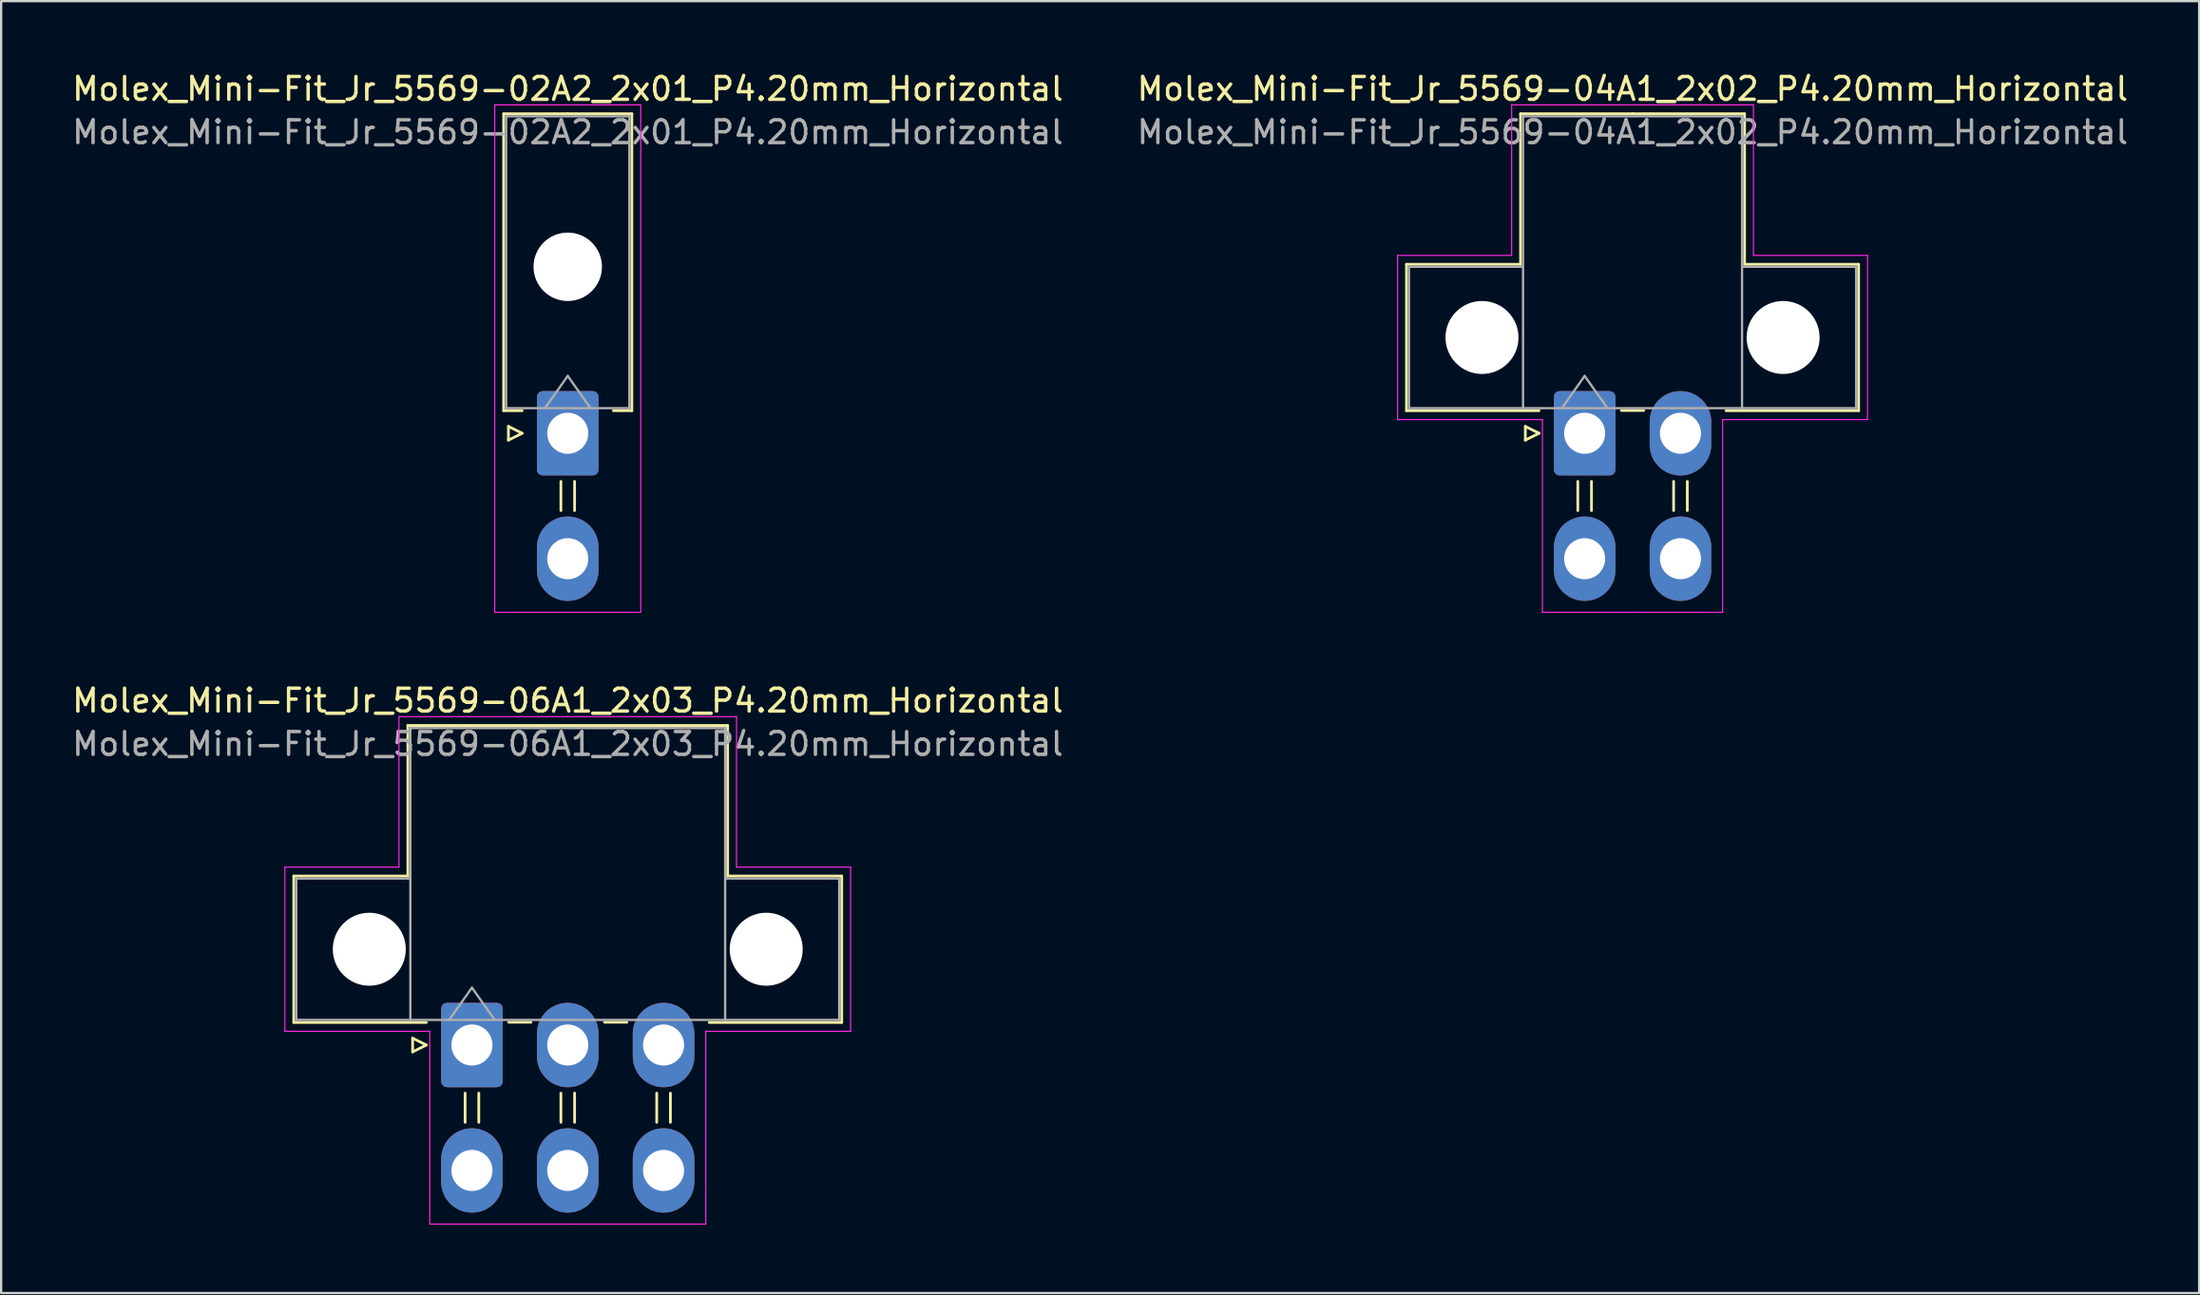
<source format=kicad_pcb>
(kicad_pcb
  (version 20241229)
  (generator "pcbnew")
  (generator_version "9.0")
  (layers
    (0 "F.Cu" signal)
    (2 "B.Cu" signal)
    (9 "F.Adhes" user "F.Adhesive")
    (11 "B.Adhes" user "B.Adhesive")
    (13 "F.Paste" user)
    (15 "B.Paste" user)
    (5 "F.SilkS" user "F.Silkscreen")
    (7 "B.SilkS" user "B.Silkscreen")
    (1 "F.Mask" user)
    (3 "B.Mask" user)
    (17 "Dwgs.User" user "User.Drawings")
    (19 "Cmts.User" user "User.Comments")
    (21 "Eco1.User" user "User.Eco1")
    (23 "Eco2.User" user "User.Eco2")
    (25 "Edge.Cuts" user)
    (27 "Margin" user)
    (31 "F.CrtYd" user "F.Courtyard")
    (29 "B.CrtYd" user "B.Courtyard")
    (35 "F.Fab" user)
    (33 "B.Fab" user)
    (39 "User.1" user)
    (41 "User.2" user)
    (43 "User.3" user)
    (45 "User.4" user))
  (footprint "Molex_Mini-Fit_Jr_5569-02A2_2x01_P4.20mm_Horizontal"
    (layer "F.Cu")
    (at 21.839 15.948)
    (property "Reference" "Molex_Mini-Fit_Jr_5569-02A2_2x01_P4.20mm_Horizontal" (at 0 -15.1 0) (layer "F.SilkS") (effects (font (size 1 1) (thickness 0.15))))
    (attr through_hole)
    (fp_line (start -2.81 -14.01) (end 0 -14.01) (stroke (width 0.12) (type solid)) (layer "F.SilkS"))
    (fp_line (start -2.81 -0.99) (end -2.81 -14.01) (stroke (width 0.12) (type solid)) (layer "F.SilkS"))
    (fp_line (start -2.6 -0.3) (end -2 0) (stroke (width 0.12) (type solid)) (layer "F.SilkS"))
    (fp_line (start -2.6 0.3) (end -2.6 -0.3) (stroke (width 0.12) (type solid)) (layer "F.SilkS"))
    (fp_line (start -2 -0.99) (end -2.81 -0.99) (stroke (width 0.12) (type solid)) (layer "F.SilkS"))
    (fp_line (start -2 0) (end -2.6 0.3) (stroke (width 0.12) (type solid)) (layer "F.SilkS"))
    (fp_line (start -0.3 2.11) (end -0.3 3.39) (stroke (width 0.12) (type solid)) (layer "F.SilkS"))
    (fp_line (start 0.3 2.11) (end 0.3 3.39) (stroke (width 0.12) (type solid)) (layer "F.SilkS"))
    (fp_line (start 2 -0.99) (end 2.81 -0.99) (stroke (width 0.12) (type solid)) (layer "F.SilkS"))
    (fp_line (start 2.81 -14.01) (end 0 -14.01) (stroke (width 0.12) (type solid)) (layer "F.SilkS"))
    (fp_line (start 2.81 -0.99) (end 2.81 -14.01) (stroke (width 0.12) (type solid)) (layer "F.SilkS"))
    (fp_line (start -3.2 -14.4) (end -3.2 7.85) (stroke (width 0.05) (type solid)) (layer "F.CrtYd"))
    (fp_line (start -3.2 7.85) (end 3.2 7.85) (stroke (width 0.05) (type solid)) (layer "F.CrtYd"))
    (fp_line (start 3.2 -14.4) (end -3.2 -14.4) (stroke (width 0.05) (type solid)) (layer "F.CrtYd"))
    (fp_line (start 3.2 7.85) (end 3.2 -14.4) (stroke (width 0.05) (type solid)) (layer "F.CrtYd"))
    (fp_line (start -2.7 -13.9) (end -2.7 -1.1) (stroke (width 0.1) (type solid)) (layer "F.Fab"))
    (fp_line (start -2.7 -1.1) (end 2.7 -1.1) (stroke (width 0.1) (type solid)) (layer "F.Fab"))
    (fp_line (start -1 -1.1) (end 0 -2.514) (stroke (width 0.1) (type solid)) (layer "F.Fab"))
    (fp_line (start 0 -2.514) (end 1 -1.1) (stroke (width 0.1) (type solid)) (layer "F.Fab"))
    (fp_line (start 2.7 -13.9) (end -2.7 -13.9) (stroke (width 0.1) (type solid)) (layer "F.Fab"))
    (fp_line (start 2.7 -1.1) (end 2.7 -13.9) (stroke (width 0.1) (type solid)) (layer "F.Fab"))
    (fp_text user "${REFERENCE}" (at 0 -13.2 0) (layer "F.Fab") (effects (font (size 1 1) (thickness 0.15))))
    (pad "" np_thru_hole circle (at 0 -7.3) (size 3 3) (drill 3) (layers "*.Cu" "*.Mask"))
    (pad "1" thru_hole roundrect (at 0 0) (size 2.7 3.7) (drill 1.8) (layers "*.Cu" "*.Mask") (roundrect_rratio 0.093))
    (pad "2" thru_hole oval (at 0 5.5) (size 2.7 3.7) (drill 1.8) (layers "*.Cu" "*.Mask")))
  (footprint "Molex_Mini-Fit_Jr_5569-04A1_2x02_P4.20mm_Horizontal"
    (layer "F.Cu")
    (at 66.418 15.948)
    (property "Reference" "Molex_Mini-Fit_Jr_5569-04A1_2x02_P4.20mm_Horizontal" (at 2.1 -15.1 0) (layer "F.SilkS") (effects (font (size 1 1) (thickness 0.15))))
    (attr through_hole)
    (fp_line (start -7.81 -7.41) (end -7.81 -0.99) (stroke (width 0.12) (type solid)) (layer "F.SilkS"))
    (fp_line (start -7.81 -0.99) (end -2 -0.99) (stroke (width 0.12) (type solid)) (layer "F.SilkS"))
    (fp_line (start -2.81 -14.01) (end -2.81 -7.41) (stroke (width 0.12) (type solid)) (layer "F.SilkS"))
    (fp_line (start -2.81 -7.41) (end -7.81 -7.41) (stroke (width 0.12) (type solid)) (layer "F.SilkS"))
    (fp_line (start -2.6 -0.3) (end -2 0) (stroke (width 0.12) (type solid)) (layer "F.SilkS"))
    (fp_line (start -2.6 0.3) (end -2.6 -0.3) (stroke (width 0.12) (type solid)) (layer "F.SilkS"))
    (fp_line (start -2 0) (end -2.6 0.3) (stroke (width 0.12) (type solid)) (layer "F.SilkS"))
    (fp_line (start -0.3 2.11) (end -0.3 3.39) (stroke (width 0.12) (type solid)) (layer "F.SilkS"))
    (fp_line (start 0.3 2.11) (end 0.3 3.39) (stroke (width 0.12) (type solid)) (layer "F.SilkS"))
    (fp_line (start 1.61 -1) (end 2.59 -1) (stroke (width 0.12) (type solid)) (layer "F.SilkS"))
    (fp_line (start 2.1 -14.01) (end -2.81 -14.01) (stroke (width 0.12) (type solid)) (layer "F.SilkS"))
    (fp_line (start 2.1 -14.01) (end 7.01 -14.01) (stroke (width 0.12) (type solid)) (layer "F.SilkS"))
    (fp_line (start 3.9 2.11) (end 3.9 3.39) (stroke (width 0.12) (type solid)) (layer "F.SilkS"))
    (fp_line (start 4.5 2.11) (end 4.5 3.39) (stroke (width 0.12) (type solid)) (layer "F.SilkS"))
    (fp_line (start 7.01 -14.01) (end 7.01 -7.41) (stroke (width 0.12) (type solid)) (layer "F.SilkS"))
    (fp_line (start 7.01 -7.41) (end 12.01 -7.41) (stroke (width 0.12) (type solid)) (layer "F.SilkS"))
    (fp_line (start 12.01 -7.41) (end 12.01 -0.99) (stroke (width 0.12) (type solid)) (layer "F.SilkS"))
    (fp_line (start 12.01 -0.99) (end 6.2 -0.99) (stroke (width 0.12) (type solid)) (layer "F.SilkS"))
    (fp_line (start -8.2 -7.8) (end -8.2 -0.6) (stroke (width 0.05) (type solid)) (layer "F.CrtYd"))
    (fp_line (start -8.2 -0.6) (end -1.85 -0.6) (stroke (width 0.05) (type solid)) (layer "F.CrtYd"))
    (fp_line (start -3.2 -14.4) (end -3.2 -7.8) (stroke (width 0.05) (type solid)) (layer "F.CrtYd"))
    (fp_line (start -3.2 -7.8) (end -8.2 -7.8) (stroke (width 0.05) (type solid)) (layer "F.CrtYd"))
    (fp_line (start -1.85 -0.6) (end -1.85 7.85) (stroke (width 0.05) (type solid)) (layer "F.CrtYd"))
    (fp_line (start -1.85 7.85) (end 2.1 7.85) (stroke (width 0.05) (type solid)) (layer "F.CrtYd"))
    (fp_line (start 2.1 -14.4) (end -3.2 -14.4) (stroke (width 0.05) (type solid)) (layer "F.CrtYd"))
    (fp_line (start 2.1 -14.4) (end 7.4 -14.4) (stroke (width 0.05) (type solid)) (layer "F.CrtYd"))
    (fp_line (start 6.05 -0.6) (end 6.05 7.85) (stroke (width 0.05) (type solid)) (layer "F.CrtYd"))
    (fp_line (start 6.05 7.85) (end 2.1 7.85) (stroke (width 0.05) (type solid)) (layer "F.CrtYd"))
    (fp_line (start 7.4 -14.4) (end 7.4 -7.8) (stroke (width 0.05) (type solid)) (layer "F.CrtYd"))
    (fp_line (start 7.4 -7.8) (end 12.4 -7.8) (stroke (width 0.05) (type solid)) (layer "F.CrtYd"))
    (fp_line (start 12.4 -7.8) (end 12.4 -0.6) (stroke (width 0.05) (type solid)) (layer "F.CrtYd"))
    (fp_line (start 12.4 -0.6) (end 6.05 -0.6) (stroke (width 0.05) (type solid)) (layer "F.CrtYd"))
    (fp_line (start -7.7 -7.3) (end -7.7 -1.1) (stroke (width 0.1) (type solid)) (layer "F.Fab"))
    (fp_line (start -7.7 -1.1) (end -2.7 -1.1) (stroke (width 0.1) (type solid)) (layer "F.Fab"))
    (fp_line (start -2.7 -13.9) (end -2.7 -1.1) (stroke (width 0.1) (type solid)) (layer "F.Fab"))
    (fp_line (start -2.7 -7.3) (end -7.7 -7.3) (stroke (width 0.1) (type solid)) (layer "F.Fab"))
    (fp_line (start -2.7 -1.1) (end 6.9 -1.1) (stroke (width 0.1) (type solid)) (layer "F.Fab"))
    (fp_line (start -1 -1.1) (end 0 -2.514) (stroke (width 0.1) (type solid)) (layer "F.Fab"))
    (fp_line (start 0 -2.514) (end 1 -1.1) (stroke (width 0.1) (type solid)) (layer "F.Fab"))
    (fp_line (start 6.9 -13.9) (end -2.7 -13.9) (stroke (width 0.1) (type solid)) (layer "F.Fab"))
    (fp_line (start 6.9 -7.3) (end 11.9 -7.3) (stroke (width 0.1) (type solid)) (layer "F.Fab"))
    (fp_line (start 6.9 -1.1) (end 6.9 -13.9) (stroke (width 0.1) (type solid)) (layer "F.Fab"))
    (fp_line (start 11.9 -7.3) (end 11.9 -1.1) (stroke (width 0.1) (type solid)) (layer "F.Fab"))
    (fp_line (start 11.9 -1.1) (end 6.9 -1.1) (stroke (width 0.1) (type solid)) (layer "F.Fab"))
    (fp_text user "${REFERENCE}" (at 2.1 -13.2 0) (layer "F.Fab") (effects (font (size 1 1) (thickness 0.15))))
    (pad "" np_thru_hole circle (at -4.5 -4.2) (size 3.2 3.2) (drill 3.2) (layers "*.Cu" "*.Mask"))
    (pad "" np_thru_hole circle (at 8.7 -4.2) (size 3.2 3.2) (drill 3.2) (layers "*.Cu" "*.Mask"))
    (pad "1" thru_hole roundrect (at 0 0) (size 2.7 3.7) (drill 1.8) (layers "*.Cu" "*.Mask") (roundrect_rratio 0.093))
    (pad "2" thru_hole oval (at 4.2 0) (size 2.7 3.7) (drill 1.8) (layers "*.Cu" "*.Mask"))
    (pad "3" thru_hole oval (at 0 5.5) (size 2.7 3.7) (drill 1.8) (layers "*.Cu" "*.Mask"))
    (pad "4" thru_hole oval (at 4.2 5.5) (size 2.7 3.7) (drill 1.8) (layers "*.Cu" "*.Mask")))
  (footprint "Molex_Mini-Fit_Jr_5569-06A1_2x03_P4.20mm_Horizontal"
    (layer "F.Cu")
    (at 17.639 42.772)
    (property "Reference" "Molex_Mini-Fit_Jr_5569-06A1_2x03_P4.20mm_Horizontal" (at 4.2 -15.1 0) (layer "F.SilkS") (effects (font (size 1 1) (thickness 0.15))))
    (attr through_hole)
    (fp_line (start -7.81 -7.41) (end -7.81 -0.99) (stroke (width 0.12) (type solid)) (layer "F.SilkS"))
    (fp_line (start -7.81 -0.99) (end -2 -0.99) (stroke (width 0.12) (type solid)) (layer "F.SilkS"))
    (fp_line (start -2.81 -14.01) (end -2.81 -7.41) (stroke (width 0.12) (type solid)) (layer "F.SilkS"))
    (fp_line (start -2.81 -7.41) (end -7.81 -7.41) (stroke (width 0.12) (type solid)) (layer "F.SilkS"))
    (fp_line (start -2.6 -0.3) (end -2 0) (stroke (width 0.12) (type solid)) (layer "F.SilkS"))
    (fp_line (start -2.6 0.3) (end -2.6 -0.3) (stroke (width 0.12) (type solid)) (layer "F.SilkS"))
    (fp_line (start -2 0) (end -2.6 0.3) (stroke (width 0.12) (type solid)) (layer "F.SilkS"))
    (fp_line (start -0.3 2.11) (end -0.3 3.39) (stroke (width 0.12) (type solid)) (layer "F.SilkS"))
    (fp_line (start 0.3 2.11) (end 0.3 3.39) (stroke (width 0.12) (type solid)) (layer "F.SilkS"))
    (fp_line (start 1.61 -1) (end 2.59 -1) (stroke (width 0.12) (type solid)) (layer "F.SilkS"))
    (fp_line (start 3.9 2.11) (end 3.9 3.39) (stroke (width 0.12) (type solid)) (layer "F.SilkS"))
    (fp_line (start 4.2 -14.01) (end -2.81 -14.01) (stroke (width 0.12) (type solid)) (layer "F.SilkS"))
    (fp_line (start 4.2 -14.01) (end 11.21 -14.01) (stroke (width 0.12) (type solid)) (layer "F.SilkS"))
    (fp_line (start 4.5 2.11) (end 4.5 3.39) (stroke (width 0.12) (type solid)) (layer "F.SilkS"))
    (fp_line (start 5.81 -1) (end 6.79 -1) (stroke (width 0.12) (type solid)) (layer "F.SilkS"))
    (fp_line (start 8.1 2.11) (end 8.1 3.39) (stroke (width 0.12) (type solid)) (layer "F.SilkS"))
    (fp_line (start 8.7 2.11) (end 8.7 3.39) (stroke (width 0.12) (type solid)) (layer "F.SilkS"))
    (fp_line (start 11.21 -14.01) (end 11.21 -7.41) (stroke (width 0.12) (type solid)) (layer "F.SilkS"))
    (fp_line (start 11.21 -7.41) (end 16.21 -7.41) (stroke (width 0.12) (type solid)) (layer "F.SilkS"))
    (fp_line (start 16.21 -7.41) (end 16.21 -0.99) (stroke (width 0.12) (type solid)) (layer "F.SilkS"))
    (fp_line (start 16.21 -0.99) (end 10.4 -0.99) (stroke (width 0.12) (type solid)) (layer "F.SilkS"))
    (fp_line (start -8.2 -7.8) (end -8.2 -0.6) (stroke (width 0.05) (type solid)) (layer "F.CrtYd"))
    (fp_line (start -8.2 -0.6) (end -1.85 -0.6) (stroke (width 0.05) (type solid)) (layer "F.CrtYd"))
    (fp_line (start -3.2 -14.4) (end -3.2 -7.8) (stroke (width 0.05) (type solid)) (layer "F.CrtYd"))
    (fp_line (start -3.2 -7.8) (end -8.2 -7.8) (stroke (width 0.05) (type solid)) (layer "F.CrtYd"))
    (fp_line (start -1.85 -0.6) (end -1.85 7.85) (stroke (width 0.05) (type solid)) (layer "F.CrtYd"))
    (fp_line (start -1.85 7.85) (end 4.2 7.85) (stroke (width 0.05) (type solid)) (layer "F.CrtYd"))
    (fp_line (start 4.2 -14.4) (end -3.2 -14.4) (stroke (width 0.05) (type solid)) (layer "F.CrtYd"))
    (fp_line (start 4.2 -14.4) (end 11.6 -14.4) (stroke (width 0.05) (type solid)) (layer "F.CrtYd"))
    (fp_line (start 10.25 -0.6) (end 10.25 7.85) (stroke (width 0.05) (type solid)) (layer "F.CrtYd"))
    (fp_line (start 10.25 7.85) (end 4.2 7.85) (stroke (width 0.05) (type solid)) (layer "F.CrtYd"))
    (fp_line (start 11.6 -14.4) (end 11.6 -7.8) (stroke (width 0.05) (type solid)) (layer "F.CrtYd"))
    (fp_line (start 11.6 -7.8) (end 16.6 -7.8) (stroke (width 0.05) (type solid)) (layer "F.CrtYd"))
    (fp_line (start 16.6 -7.8) (end 16.6 -0.6) (stroke (width 0.05) (type solid)) (layer "F.CrtYd"))
    (fp_line (start 16.6 -0.6) (end 10.25 -0.6) (stroke (width 0.05) (type solid)) (layer "F.CrtYd"))
    (fp_line (start -7.7 -7.3) (end -7.7 -1.1) (stroke (width 0.1) (type solid)) (layer "F.Fab"))
    (fp_line (start -7.7 -1.1) (end -2.7 -1.1) (stroke (width 0.1) (type solid)) (layer "F.Fab"))
    (fp_line (start -2.7 -13.9) (end -2.7 -1.1) (stroke (width 0.1) (type solid)) (layer "F.Fab"))
    (fp_line (start -2.7 -7.3) (end -7.7 -7.3) (stroke (width 0.1) (type solid)) (layer "F.Fab"))
    (fp_line (start -2.7 -1.1) (end 11.1 -1.1) (stroke (width 0.1) (type solid)) (layer "F.Fab"))
    (fp_line (start -1 -1.1) (end 0 -2.514) (stroke (width 0.1) (type solid)) (layer "F.Fab"))
    (fp_line (start 0 -2.514) (end 1 -1.1) (stroke (width 0.1) (type solid)) (layer "F.Fab"))
    (fp_line (start 11.1 -13.9) (end -2.7 -13.9) (stroke (width 0.1) (type solid)) (layer "F.Fab"))
    (fp_line (start 11.1 -7.3) (end 16.1 -7.3) (stroke (width 0.1) (type solid)) (layer "F.Fab"))
    (fp_line (start 11.1 -1.1) (end 11.1 -13.9) (stroke (width 0.1) (type solid)) (layer "F.Fab"))
    (fp_line (start 16.1 -7.3) (end 16.1 -1.1) (stroke (width 0.1) (type solid)) (layer "F.Fab"))
    (fp_line (start 16.1 -1.1) (end 11.1 -1.1) (stroke (width 0.1) (type solid)) (layer "F.Fab"))
    (fp_text user "${REFERENCE}" (at 4.2 -13.2 0) (layer "F.Fab") (effects (font (size 1 1) (thickness 0.15))))
    (pad "" np_thru_hole circle (at -4.5 -4.2) (size 3.2 3.2) (drill 3.2) (layers "*.Cu" "*.Mask"))
    (pad "" np_thru_hole circle (at 12.9 -4.2) (size 3.2 3.2) (drill 3.2) (layers "*.Cu" "*.Mask"))
    (pad "1" thru_hole roundrect (at 0 0) (size 2.7 3.7) (drill 1.8) (layers "*.Cu" "*.Mask") (roundrect_rratio 0.093))
    (pad "2" thru_hole oval (at 4.2 0) (size 2.7 3.7) (drill 1.8) (layers "*.Cu" "*.Mask"))
    (pad "3" thru_hole oval (at 8.4 0) (size 2.7 3.7) (drill 1.8) (layers "*.Cu" "*.Mask"))
    (pad "4" thru_hole oval (at 0 5.5) (size 2.7 3.7) (drill 1.8) (layers "*.Cu" "*.Mask"))
    (pad "5" thru_hole oval (at 4.2 5.5) (size 2.7 3.7) (drill 1.8) (layers "*.Cu" "*.Mask"))
    (pad "6" thru_hole oval (at 8.4 5.5) (size 2.7 3.7) (drill 1.8) (layers "*.Cu" "*.Mask")))
  (gr_rect
    (start -3 -3)
    (end 93.357 53.647)
    (stroke (width 0.1) (type default))
    (fill no)
    (layer "Edge.Cuts")))
</source>
